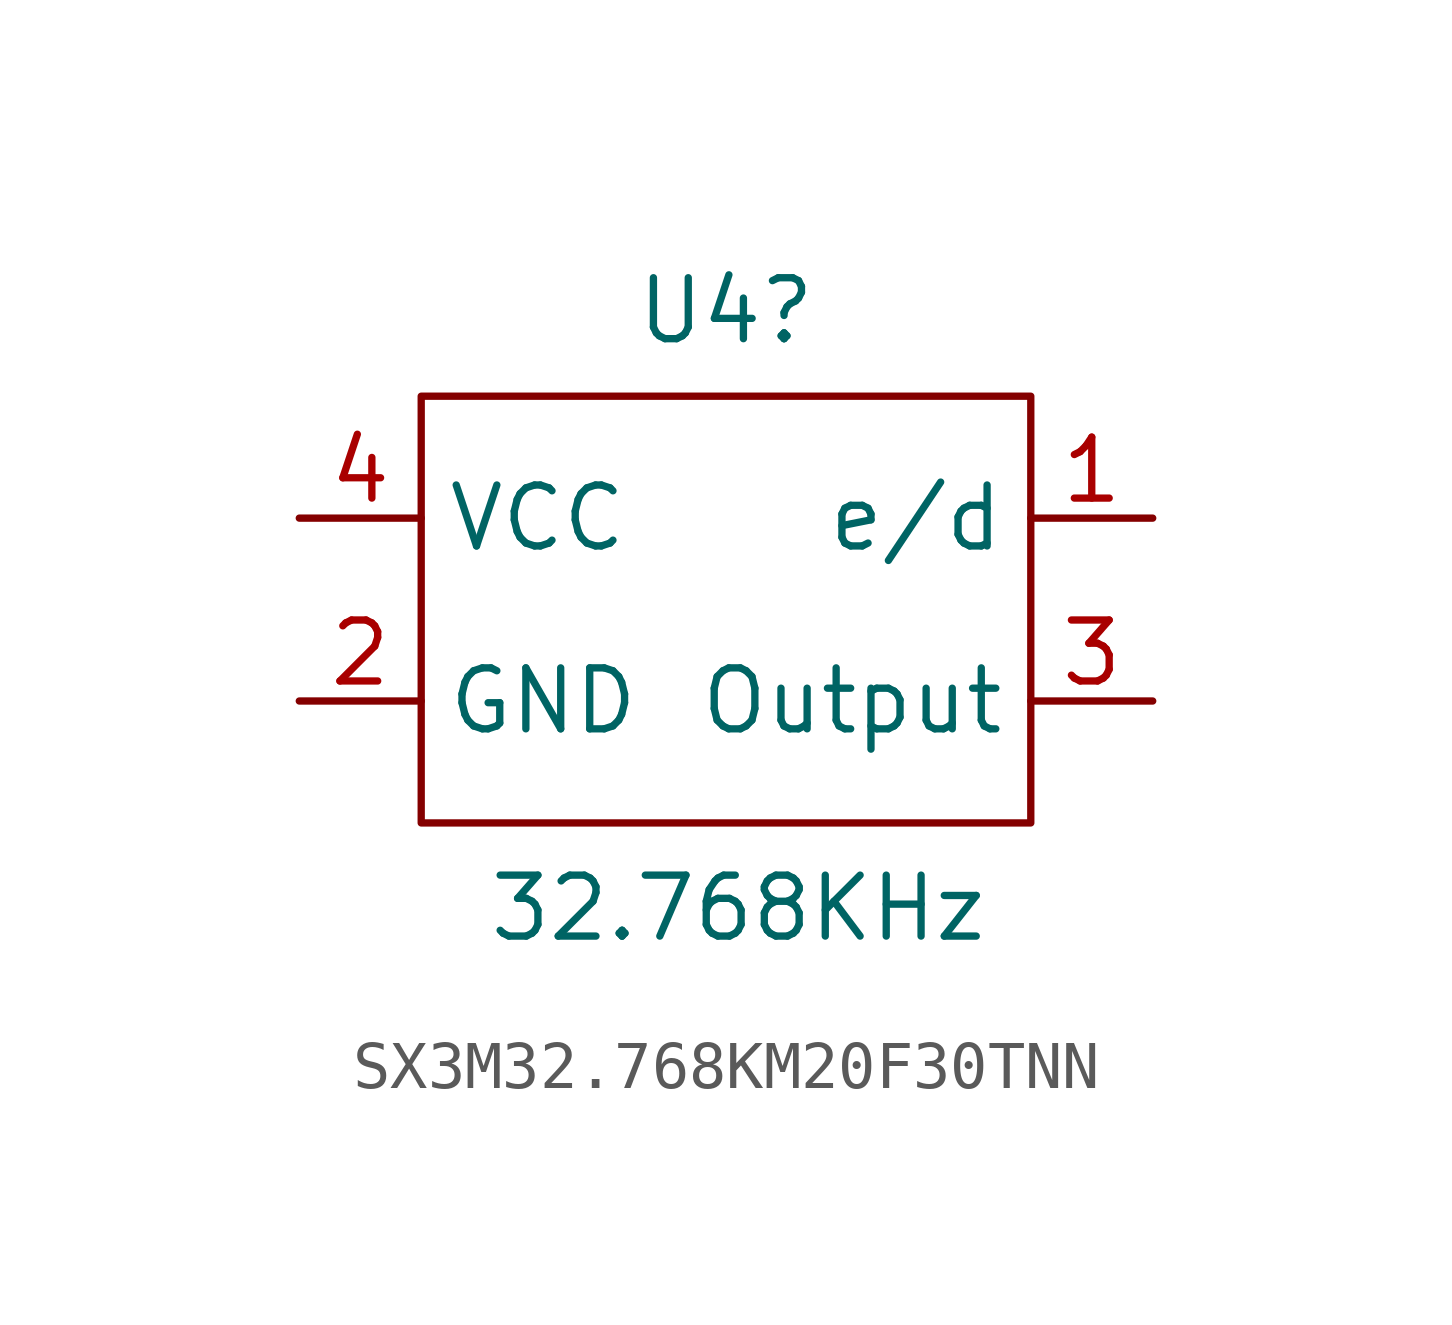
<source format=kicad_sym>
(kicad_symbol_lib
  (version 20231120)
  (generator "kicad_symbol_editor")
  (generator_version "8.0")
  (symbol "SX3M32.768KM20F30TNN"
    (property "Reference" "U4"
      (at 0 0.508 0)
      (effects (font (size 1.27 1.27))))
    (property "Value" "32.768KHz"
      (at 0.254 -11.938 0)
      (effects (font (size 1.27 1.27))))
    (symbol "SX3M32.768KM20F30TNN_0_1"
      (rectangle (start -6.35 -1.27) (end 6.35 -10.16) (stroke (width 0) (type default)) (fill (type none))))
    (symbol "SX3M32.768KM20F30TNN_1_1"
      (pin input line (at 8.89 -3.81 180) (length 2.54) (name "e/d" (effects (font (size 1.27 1.27)))) (number "1" (effects (font (size 1.27 1.27)))))
      (pin power_out line (at -8.89 -7.62 0) (length 2.54) (name "GND" (effects (font (size 1.27 1.27)))) (number "2" (effects (font (size 1.27 1.27)))))
      (pin output line (at 8.89 -7.62 180) (length 2.54) (name "Output" (effects (font (size 1.27 1.27)))) (number "3" (effects (font (size 1.27 1.27)))))
      (pin power_in line (at -8.89 -3.81 0) (length 2.54) (name "VCC" (effects (font (size 1.27 1.27)))) (number "4" (effects (font (size 1.27 1.27))))))))
</source>
